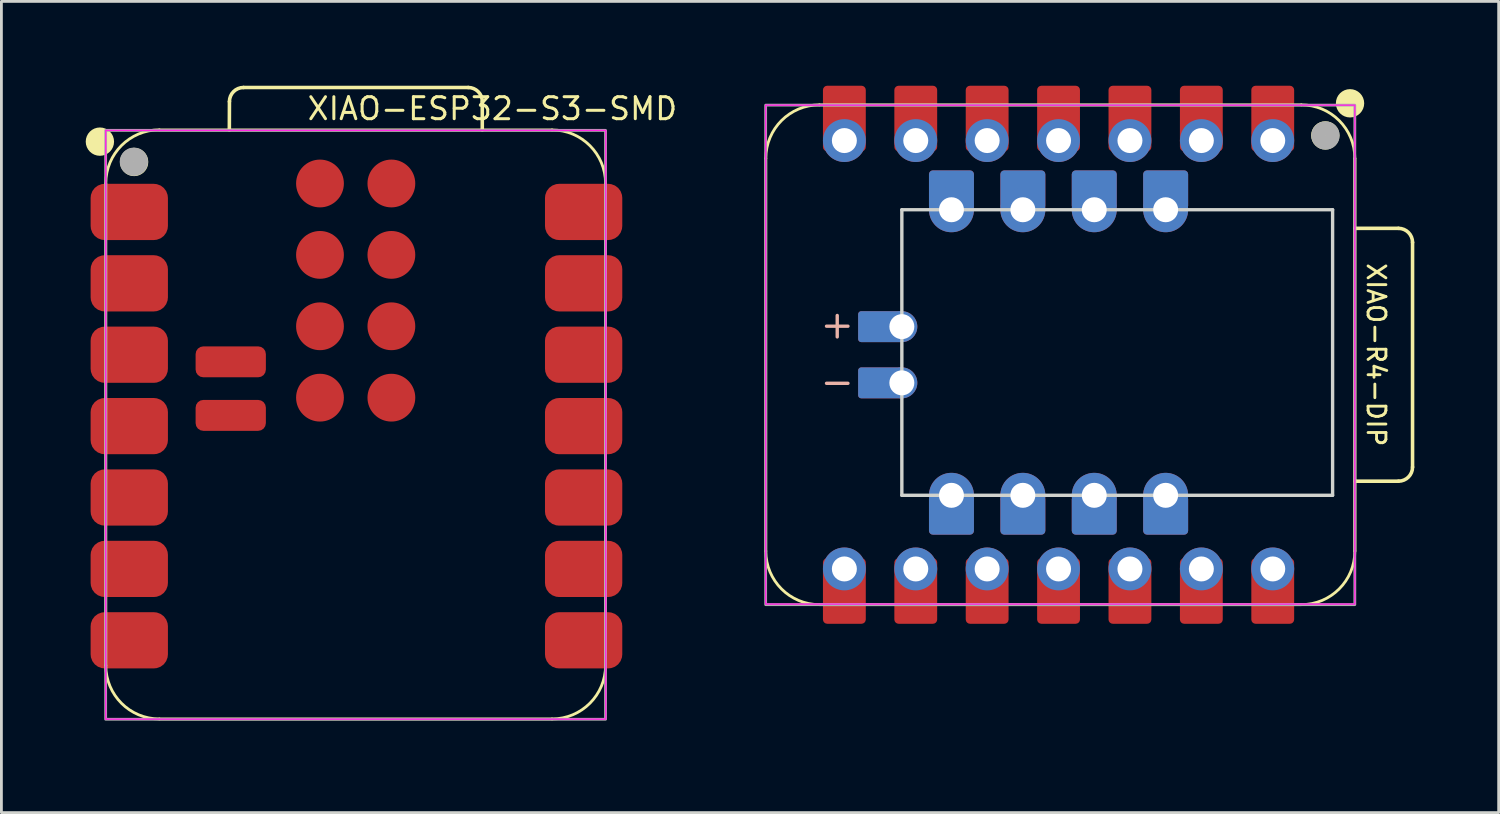
<source format=kicad_pcb>
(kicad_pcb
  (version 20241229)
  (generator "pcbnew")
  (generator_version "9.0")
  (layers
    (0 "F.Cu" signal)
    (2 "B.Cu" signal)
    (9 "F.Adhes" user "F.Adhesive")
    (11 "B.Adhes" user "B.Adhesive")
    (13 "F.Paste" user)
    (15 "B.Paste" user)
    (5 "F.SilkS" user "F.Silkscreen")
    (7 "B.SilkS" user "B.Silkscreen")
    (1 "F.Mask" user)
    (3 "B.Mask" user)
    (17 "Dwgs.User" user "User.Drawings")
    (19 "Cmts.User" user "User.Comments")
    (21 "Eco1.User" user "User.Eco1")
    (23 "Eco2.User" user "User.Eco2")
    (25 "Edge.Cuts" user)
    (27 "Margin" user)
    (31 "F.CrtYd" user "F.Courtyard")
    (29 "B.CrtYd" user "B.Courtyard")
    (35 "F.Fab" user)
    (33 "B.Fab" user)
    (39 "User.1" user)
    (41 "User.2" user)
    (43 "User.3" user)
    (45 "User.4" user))
  (footprint "XIAO-R4-DIP"
    (layer "F.Cu")
    (at 34.61 9.571)
    (property "Reference" "XIAO-R4-DIP" (at 11.3 0 270) (unlocked yes) (layer "F.SilkS") (effects (font (size 0.635 0.635) (thickness 0.102))))
    (attr smd)
    (fp_line (start -10.414 -6.985) (end -10.414 6.985) (stroke (width 0.1) (type solid)) (layer "F.SilkS"))
    (fp_line (start -8.509 -8.89) (end 8.636 -8.89) (stroke (width 0.1) (type solid)) (layer "F.SilkS"))
    (fp_line (start -8.509 8.89) (end 8.636 8.89) (stroke (width 0.1) (type solid)) (layer "F.SilkS"))
    (fp_line (start 10.541 6.985) (end 10.541 -6.985) (stroke (width 0.1) (type solid)) (layer "F.SilkS"))
    (fp_line (start 10.541 6.985) (end 10.541 -6.985) (stroke (width 0.1) (type solid)) (layer "F.SilkS"))
    (fp_line (start 10.553 -4.498) (end 12.094 -4.497) (stroke (width 0.127) (type solid)) (layer "F.SilkS"))
    (fp_line (start 12.094 4.498) (end 10.55 4.499) (stroke (width 0.127) (type solid)) (layer "F.SilkS"))
    (fp_line (start 12.594 -3.997) (end 12.594 3.998) (stroke (width 0.127) (type solid)) (layer "F.SilkS"))
    (fp_arc (start -10.414 -6.985) (mid -9.856038 -8.332038) (end -8.509 -8.89) (stroke (width 0.1) (type solid)) (layer "F.SilkS"))
    (fp_arc (start -8.509 8.89) (mid -9.856038 8.332038) (end -10.414 6.985) (stroke (width 0.1) (type solid)) (layer "F.SilkS"))
    (fp_arc (start 8.636 -8.89) (mid 9.983038 -8.332038) (end 10.541 -6.985) (stroke (width 0.1) (type solid)) (layer "F.SilkS"))
    (fp_arc (start 10.541 6.985) (mid 9.983038 8.332038) (end 8.636 8.89) (stroke (width 0.1) (type solid)) (layer "F.SilkS"))
    (fp_arc (start 12.094284 -4.497284) (mid 12.447621 -4.3507) (end 12.594012 -3.997284) (stroke (width 0.127) (type default)) (layer "F.SilkS"))
    (fp_arc (start 12.594012 3.997988) (mid 12.447562 4.351538) (end 12.094012 4.497988) (stroke (width 0.127) (type default)) (layer "F.SilkS"))
    (fp_circle (center 9.49 -7.803) (end 9.744 -7.803) (stroke (width 0.5) (type solid)) (fill yes) (layer "F.SilkS"))
    (fp_circle (center 10.37 -8.946) (end 10.624 -8.946) (stroke (width 0.5) (type solid)) (fill yes) (layer "F.SilkS"))
    (fp_line (start -7.874 -0.635) (end -7.874 -1.397) (stroke (width 0.12) (type default)) (layer "B.SilkS"))
    (fp_line (start -7.493 -1.016) (end -8.255 -1.016) (stroke (width 0.12) (type default)) (layer "B.SilkS"))
    (fp_line (start -7.493 1.016) (end -8.255 1.016) (stroke (width 0.12) (type default)) (layer "B.SilkS"))
    (fp_line (start -5.575 -5.159) (end -5.575 5) (stroke (width 0.12) (type default)) (layer "Edge.Cuts"))
    (fp_line (start -5.575 5.001) (end 9.75 5.001) (stroke (width 0.12) (type default)) (layer "Edge.Cuts"))
    (fp_line (start 9.75 -5.159) (end -5.575 -5.159) (stroke (width 0.12) (type default)) (layer "Edge.Cuts"))
    (fp_line (start 9.75 5) (end 9.75 -5.159) (stroke (width 0.12) (type default)) (layer "Edge.Cuts"))
    (fp_rect (start -10.42 -8.88) (end 10.54 8.87) (stroke (width 0.05) (type default)) (fill no) (layer "F.CrtYd"))
    (fp_rect (start -10.42 -8.88) (end 10.54 8.89) (stroke (width 0.1) (type default)) (fill no) (layer "F.Fab"))
    (fp_circle (center 9.496 -7.8) (end 9.75 -7.8) (stroke (width 0.5) (type solid)) (fill no) (layer "F.Fab"))
    (pad "1" smd roundrect (at 7.62 -8.405 90) (size 2.332 1.524) (layers "F.Cu" "F.Mask") (roundrect_rratio 0.1))
    (pad "1" thru_hole circle (at 7.62 -7.62 90) (size 1.524 1.524) (drill 0.889) (layers "*.Cu" "*.Mask"))
    (pad "2" smd roundrect (at 5.08 -8.405 90) (size 2.332 1.524) (layers "F.Cu" "F.Mask") (roundrect_rratio 0.1))
    (pad "2" thru_hole circle (at 5.08 -7.62 90) (size 1.524 1.524) (drill 0.889) (layers "*.Cu" "*.Mask"))
    (pad "3" smd roundrect (at 2.54 -8.405 90) (size 2.332 1.524) (layers "F.Cu" "F.Mask") (roundrect_rratio 0.1))
    (pad "3" thru_hole circle (at 2.54 -7.62 90) (size 1.524 1.524) (drill 0.889) (layers "*.Cu" "*.Mask"))
    (pad "4" smd roundrect (at 0 -8.405 90) (size 2.332 1.524) (layers "F.Cu" "F.Mask") (roundrect_rratio 0.1))
    (pad "4" thru_hole circle (at 0 -7.62 90) (size 1.524 1.524) (drill 0.889) (layers "*.Cu" "*.Mask"))
    (pad "5" smd roundrect (at -2.54 -8.405 90) (size 2.332 1.524) (layers "F.Cu" "F.Mask") (roundrect_rratio 0.1))
    (pad "5" thru_hole circle (at -2.54 -7.62 90) (size 1.524 1.524) (drill 0.889) (layers "*.Cu" "*.Mask"))
    (pad "6" smd roundrect (at -5.08 -8.405 90) (size 2.332 1.524) (layers "F.Cu" "F.Mask") (roundrect_rratio 0.1))
    (pad "6" thru_hole circle (at -5.08 -7.62 90) (size 1.524 1.524) (drill 0.889) (layers "*.Cu" "*.Mask"))
    (pad "7" smd roundrect (at -7.62 -8.405 90) (size 2.332 1.524) (layers "F.Cu" "F.Mask") (roundrect_rratio 0.1))
    (pad "7" thru_hole circle (at -7.62 -7.62 90) (size 1.524 1.524) (drill 0.889) (layers "*.Cu" "*.Mask"))
    (pad "8" thru_hole circle (at -7.62 7.62 270) (size 1.524 1.524) (drill 0.889) (layers "*.Cu" "*.Mask"))
    (pad "8" smd roundrect (at -7.62 8.405 270) (size 2.332 1.524) (layers "F.Cu" "F.Mask") (roundrect_rratio 0.1))
    (pad "9" thru_hole circle (at -5.08 7.62 270) (size 1.524 1.524) (drill 0.889) (layers "*.Cu" "*.Mask"))
    (pad "9" smd roundrect (at -5.08 8.405 270) (size 2.332 1.524) (layers "F.Cu" "F.Mask") (roundrect_rratio 0.1))
    (pad "10" thru_hole circle (at -2.54 7.62 270) (size 1.524 1.524) (drill 0.889) (layers "*.Cu" "*.Mask"))
    (pad "10" smd roundrect (at -2.54 8.405 270) (size 2.332 1.524) (layers "F.Cu" "F.Mask") (roundrect_rratio 0.1))
    (pad "11" thru_hole circle (at 0 7.62 270) (size 1.524 1.524) (drill 0.889) (layers "*.Cu" "*.Mask"))
    (pad "11" smd roundrect (at 0 8.405 270) (size 2.332 1.524) (layers "F.Cu" "F.Mask") (roundrect_rratio 0.1))
    (pad "12" thru_hole circle (at 2.54 7.62 270) (size 1.524 1.524) (drill 0.889) (layers "*.Cu" "*.Mask"))
    (pad "12" smd roundrect (at 2.54 8.405 270) (size 2.332 1.524) (layers "F.Cu" "F.Mask") (roundrect_rratio 0.1))
    (pad "13" thru_hole circle (at 5.08 7.62 270) (size 1.524 1.524) (drill 0.889) (layers "*.Cu" "*.Mask"))
    (pad "13" smd roundrect (at 5.08 8.405 270) (size 2.332 1.524) (layers "F.Cu" "F.Mask") (roundrect_rratio 0.1))
    (pad "14" thru_hole circle (at 7.62 7.62 270) (size 1.524 1.524) (drill 0.889) (layers "*.Cu" "*.Mask"))
    (pad "14" smd roundrect (at 7.62 8.405 270) (size 2.332 1.524) (layers "F.Cu" "F.Mask") (roundrect_rratio 0.1))
    (pad "15" thru_hole circle (at 3.81 5.001 90) (size 1.6 1.6) (drill 0.889) (layers "*.Cu" "*.Mask"))
    (pad "15" smd roundrect (at 3.81 5.7 270) (size 1.4 1.6) (layers "F.Cu" "F.Mask") (roundrect_rratio 0.1))
    (pad "15" smd roundrect (at 3.81 5.7 90) (size 1.4 1.6) (layers "B.Cu" "B.Mask" "B.Paste") (roundrect_rratio 0.1))
    (pad "16" thru_hole circle (at 1.27 5.001 90) (size 1.6 1.6) (drill 0.889) (layers "*.Cu" "*.Mask"))
    (pad "16" smd roundrect (at 1.27 5.7 270) (size 1.4 1.6) (layers "F.Cu" "F.Mask") (roundrect_rratio 0.1))
    (pad "16" smd roundrect (at 1.27 5.7 90) (size 1.4 1.6) (layers "B.Cu" "B.Mask" "B.Paste") (roundrect_rratio 0.1))
    (pad "17" thru_hole circle (at -1.27 5.001 90) (size 1.6 1.6) (drill 0.889) (layers "*.Cu" "*.Mask"))
    (pad "17" smd roundrect (at -1.27 5.7 270) (size 1.4 1.6) (layers "F.Cu" "F.Mask") (roundrect_rratio 0.1))
    (pad "17" smd roundrect (at -1.27 5.7 90) (size 1.4 1.6) (layers "B.Cu" "B.Mask" "B.Paste") (roundrect_rratio 0.1))
    (pad "18" thru_hole circle (at -3.81 5.001 90) (size 1.6 1.6) (drill 0.889) (layers "*.Cu" "*.Mask"))
    (pad "18" smd roundrect (at -3.81 5.7 270) (size 1.4 1.6) (layers "F.Cu" "F.Mask") (roundrect_rratio 0.1))
    (pad "18" smd roundrect (at -3.81 5.7 90) (size 1.4 1.6) (layers "B.Cu" "B.Mask" "B.Paste") (roundrect_rratio 0.1))
    (pad "19" smd roundrect (at -3.81 -5.859 270) (size 1.4 1.6) (layers "F.Cu" "F.Mask") (roundrect_rratio 0.1))
    (pad "19" smd roundrect (at -3.81 -5.859 90) (size 1.4 1.6) (layers "B.Cu" "B.Mask" "B.Paste") (roundrect_rratio 0.1))
    (pad "19" thru_hole circle (at -3.81 -5.159 90) (size 1.6 1.6) (drill 0.889) (layers "*.Cu" "*.Mask"))
    (pad "20" smd roundrect (at -1.27 -5.859 270) (size 1.4 1.6) (layers "F.Cu" "F.Mask") (roundrect_rratio 0.1))
    (pad "20" smd roundrect (at -1.27 -5.859 90) (size 1.4 1.6) (layers "B.Cu" "B.Mask" "B.Paste") (roundrect_rratio 0.1))
    (pad "20" thru_hole circle (at -1.27 -5.159 90) (size 1.6 1.6) (drill 0.889) (layers "*.Cu" "*.Mask"))
    (pad "21" smd roundrect (at 1.27 -5.859 270) (size 1.4 1.6) (layers "F.Cu" "F.Mask") (roundrect_rratio 0.1))
    (pad "21" smd roundrect (at 1.27 -5.859 90) (size 1.4 1.6) (layers "B.Cu" "B.Mask" "B.Paste") (roundrect_rratio 0.1))
    (pad "21" thru_hole circle (at 1.27 -5.159 90) (size 1.6 1.6) (drill 0.889) (layers "*.Cu" "*.Mask"))
    (pad "22" smd roundrect (at 3.81 -5.859 270) (size 1.4 1.6) (layers "F.Cu" "F.Mask") (roundrect_rratio 0.1))
    (pad "22" smd roundrect (at 3.81 -5.859 90) (size 1.4 1.6) (layers "B.Cu" "B.Mask" "B.Paste") (roundrect_rratio 0.1))
    (pad "22" thru_hole circle (at 3.81 -5.159 90) (size 1.6 1.6) (drill 0.889) (layers "*.Cu" "*.Mask"))
    (pad "23" smd roundrect (at -6.33 -1 180) (size 1.6 1.1) (layers "F.Cu" "F.Mask") (roundrect_rratio 0.1))
    (pad "23" smd roundrect (at -6.33 -1 180) (size 1.6 1.1) (layers "B.Cu" "B.Mask" "B.Paste") (roundrect_rratio 0.1))
    (pad "23" thru_hole circle (at -5.575 -1 90) (size 1.1 1.1) (drill 0.889) (layers "*.Cu" "*.Mask"))
    (pad "24" smd roundrect (at -6.33 1 180) (size 1.6 1.1) (layers "F.Cu" "F.Mask") (roundrect_rratio 0.1))
    (pad "24" smd roundrect (at -6.33 1 180) (size 1.6 1.1) (layers "B.Cu" "B.Mask" "B.Paste") (roundrect_rratio 0.1))
    (pad "24" thru_hole circle (at -5.575 1 90) (size 1.1 1.1) (drill 0.889) (layers "*.Cu" "*.Mask")))
  (footprint "XIAO-ESP32-S3-SMD"
    (layer "F.Cu")
    (at 0.714 22.61)
    (property "Reference" "XIAO-ESP32-S3-SMD" (at 7.112 -21.336 0) (layer "F.SilkS") (effects (font (size 0.782 0.782) (thickness 0.107)) (justify left bottom)))
    (fp_line (start 0 -1.987) (end 0 -19.132) (stroke (width 0.1) (type solid)) (layer "F.SilkS"))
    (fp_line (start 1.905 -0.082) (end 15.875 -0.082) (stroke (width 0.1) (type solid)) (layer "F.SilkS"))
    (fp_line (start 4.395 -21.037) (end 4.399 -22.047) (stroke (width 0.127) (type solid)) (layer "F.SilkS"))
    (fp_line (start 4.899 -22.547) (end 12.894 -22.547) (stroke (width 0.127) (type solid)) (layer "F.SilkS"))
    (fp_line (start 13.394 -22.047) (end 13.394 -21.037) (stroke (width 0.127) (type solid)) (layer "F.SilkS"))
    (fp_line (start 15.875 -21.037) (end 1.905 -21.037) (stroke (width 0.1) (type solid)) (layer "F.SilkS"))
    (fp_line (start 17.78 -1.987) (end 17.78 -19.132) (stroke (width 0.1) (type solid)) (layer "F.SilkS"))
    (fp_arc (start 0 -19.136) (mid 0.557962 -20.483038) (end 1.905 -21.041) (stroke (width 0.1) (type solid)) (layer "F.SilkS"))
    (fp_arc (start 1.905 -0.082) (mid 0.557962 -0.639962) (end 0 -1.987) (stroke (width 0.1) (type solid)) (layer "F.SilkS"))
    (fp_arc (start 4.398728 -22.047272) (mid 4.545272 -22.40064) (end 4.898728 -22.547) (stroke (width 0.127) (type default)) (layer "F.SilkS"))
    (fp_arc (start 12.894 -22.547) (mid 13.247553 -22.400553) (end 13.394 -22.047) (stroke (width 0.127) (type default)) (layer "F.SilkS"))
    (fp_arc (start 15.875 -21.037) (mid 17.222038 -20.479038) (end 17.78 -19.132) (stroke (width 0.1) (type solid)) (layer "F.SilkS"))
    (fp_arc (start 17.78 -1.987) (mid 17.222038 -0.639962) (end 15.875 -0.082) (stroke (width 0.1) (type solid)) (layer "F.SilkS"))
    (fp_circle (center -0.21 -20.621) (end -0.21 -20.875) (stroke (width 0.5) (type solid)) (fill yes) (layer "F.SilkS"))
    (fp_circle (center 1.007 -19.898) (end 1.007 -20.152) (stroke (width 0.5) (type solid)) (fill yes) (layer "F.SilkS"))
    (fp_rect (start -0.003 -21.022) (end 17.787 -0.074) (stroke (width 0.05) (type default)) (fill no) (layer "F.CrtYd"))
    (fp_rect (start -0.005 -21.022) (end 17.779 -0.071) (stroke (width 0.1) (type default)) (fill no) (layer "F.Fab"))
    (fp_circle (center 0.999 -19.905) (end 0.999 -20.159) (stroke (width 0.5) (type solid)) (fill no) (layer "F.Fab"))
    (pad "1" smd roundrect (at 0.835 -18.12) (size 2.75 2) (layers "F.Cu" "F.Mask" "F.Paste") (roundrect_rratio 0.25))
    (pad "2" smd roundrect (at 0.835 -15.58) (size 2.75 2) (layers "F.Cu" "F.Mask" "F.Paste") (roundrect_rratio 0.25))
    (pad "3" smd roundrect (at 0.835 -13.04) (size 2.75 2) (layers "F.Cu" "F.Mask" "F.Paste") (roundrect_rratio 0.25))
    (pad "4" smd roundrect (at 0.835 -10.5) (size 2.75 2) (layers "F.Cu" "F.Mask" "F.Paste") (roundrect_rratio 0.25))
    (pad "5" smd roundrect (at 0.835 -7.96) (size 2.75 2) (layers "F.Cu" "F.Mask" "F.Paste") (roundrect_rratio 0.25))
    (pad "6" smd roundrect (at 0.835 -5.42) (size 2.75 2) (layers "F.Cu" "F.Mask" "F.Paste") (roundrect_rratio 0.25))
    (pad "7" smd roundrect (at 0.835 -2.88) (size 2.75 2) (layers "F.Cu" "F.Mask" "F.Paste") (roundrect_rratio 0.25))
    (pad "8" smd roundrect (at 17 -2.88) (size 2.75 2) (layers "F.Cu" "F.Mask" "F.Paste") (roundrect_rratio 0.25))
    (pad "9" smd roundrect (at 17 -5.42) (size 2.75 2) (layers "F.Cu" "F.Mask" "F.Paste") (roundrect_rratio 0.25))
    (pad "10" smd roundrect (at 17 -7.96) (size 2.75 2) (layers "F.Cu" "F.Mask" "F.Paste") (roundrect_rratio 0.25))
    (pad "11" smd roundrect (at 17 -10.5) (size 2.75 2) (layers "F.Cu" "F.Mask" "F.Paste") (roundrect_rratio 0.25))
    (pad "12" smd roundrect (at 17 -13.04) (size 2.75 2) (layers "F.Cu" "F.Mask" "F.Paste") (roundrect_rratio 0.25))
    (pad "13" smd roundrect (at 17 -15.58) (size 2.75 2) (layers "F.Cu" "F.Mask" "F.Paste") (roundrect_rratio 0.25))
    (pad "14" smd roundrect (at 17 -18.12) (size 2.75 2) (layers "F.Cu" "F.Mask" "F.Paste") (roundrect_rratio 0.25))
    (pad "15" smd roundrect (at 4.445 -10.882 180) (size 2.5 1.1) (layers "F.Cu" "F.Mask" "F.Paste") (roundrect_rratio 0.25))
    (pad "16" smd roundrect (at 4.445 -12.787 180) (size 2.5 1.1) (layers "F.Cu" "F.Mask" "F.Paste") (roundrect_rratio 0.25))
    (pad "17" smd circle (at 7.62 -19.132) (size 1.7 1.7) (layers "F.Cu" "F.Mask" "F.Paste"))
    (pad "18" smd circle (at 10.16 -19.132) (size 1.7 1.7) (layers "F.Cu" "F.Mask" "F.Paste"))
    (pad "19" smd circle (at 7.62 -16.592) (size 1.7 1.7) (layers "F.Cu" "F.Mask" "F.Paste"))
    (pad "20" smd circle (at 10.16 -16.592) (size 1.7 1.7) (layers "F.Cu" "F.Mask" "F.Paste"))
    (pad "21" smd circle (at 7.62 -14.052) (size 1.7 1.7) (layers "F.Cu" "F.Mask" "F.Paste"))
    (pad "22" smd circle (at 10.16 -14.052) (size 1.7 1.7) (layers "F.Cu" "F.Mask" "F.Paste"))
    (pad "23" smd circle (at 7.62 -11.512) (size 1.7 1.7) (layers "F.Cu" "F.Mask" "F.Paste"))
    (pad "24" smd circle (at 10.16 -11.512) (size 1.7 1.7) (layers "F.Cu" "F.Mask" "F.Paste")))
  (gr_rect
    (start -3 -3)
    (end 50.268 25.86)
    (stroke (width 0.1) (type default))
    (fill no)
    (layer "Edge.Cuts")))
</source>
